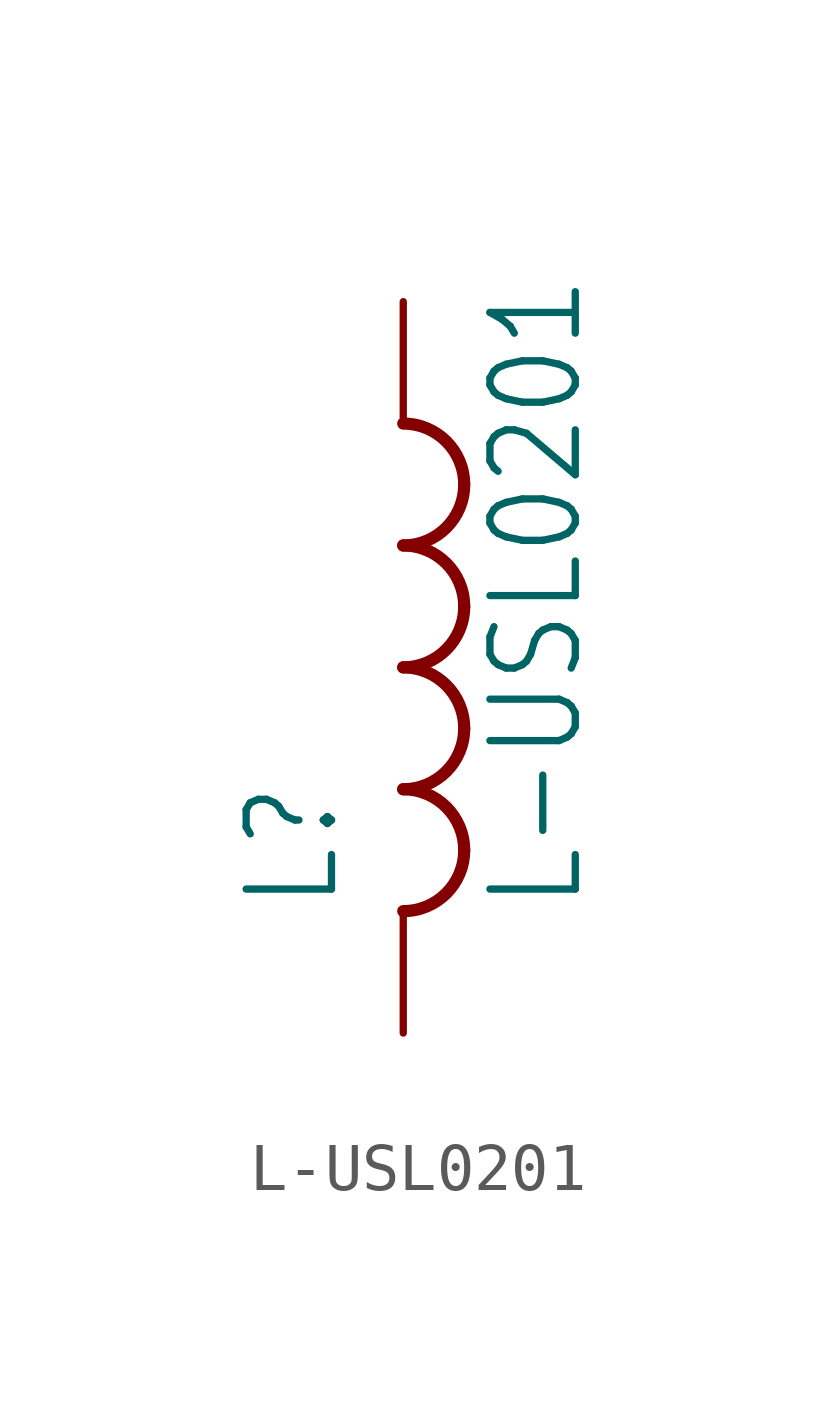
<source format=kicad_sym>
(kicad_symbol_lib
  (version 20211014)
  (generator kicad_symbol_editor)
  (symbol "L-USL0201"
    (property "Reference" "L"
      (at -1.27 -5.08 90)
      (effects (font (size 1.778 1.511)) (justify left bottom)))
    (property "Value" "L-USL0201"
      (at 3.81 -5.08 90)
      (effects (font (size 1.778 1.511)) (justify left bottom)))
    (property "ki_locked" ""
      (at 0 0 0)
      (effects (font (size 1.27 1.27))))
    (symbol "L-USL0201_1_0"
      (arc (start 0 -5.08) (mid 0.898 -4.708) (end 1.27 -3.81) (stroke (width 0.254) (type default) (color 0 0 0 0)) (fill (type none)))
      (arc (start 0 -2.54) (mid 0.898 -2.168) (end 1.27 -1.27) (stroke (width 0.254) (type default) (color 0 0 0 0)) (fill (type none)))
      (arc (start 0 0) (mid 0.898 0.372) (end 1.27 1.27) (stroke (width 0.254) (type default) (color 0 0 0 0)) (fill (type none)))
      (arc (start 0 2.54) (mid 0.898 2.912) (end 1.27 3.81) (stroke (width 0.254) (type default) (color 0 0 0 0)) (fill (type none)))
      (arc (start 1.27 -3.81) (mid 0.898 -2.912) (end 0 -2.54) (stroke (width 0.254) (type default) (color 0 0 0 0)) (fill (type none)))
      (arc (start 1.27 -1.27) (mid 0.898 -0.372) (end 0 0) (stroke (width 0.254) (type default) (color 0 0 0 0)) (fill (type none)))
      (arc (start 1.27 1.27) (mid 0.898 2.168) (end 0 2.54) (stroke (width 0.254) (type default) (color 0 0 0 0)) (fill (type none)))
      (arc (start 1.27 3.81) (mid 0.898 4.708) (end 0 5.08) (stroke (width 0.254) (type default) (color 0 0 0 0)) (fill (type none)))
      (pin passive line (at 0 7.62 270) (length 2.54) (name "1" (effects (font (size 0 0)))) (number "1" (effects (font (size 0 0)))))
      (pin passive line (at 0 -7.62 90) (length 2.54) (name "2" (effects (font (size 0 0)))) (number "2" (effects (font (size 0 0))))))))
</source>
